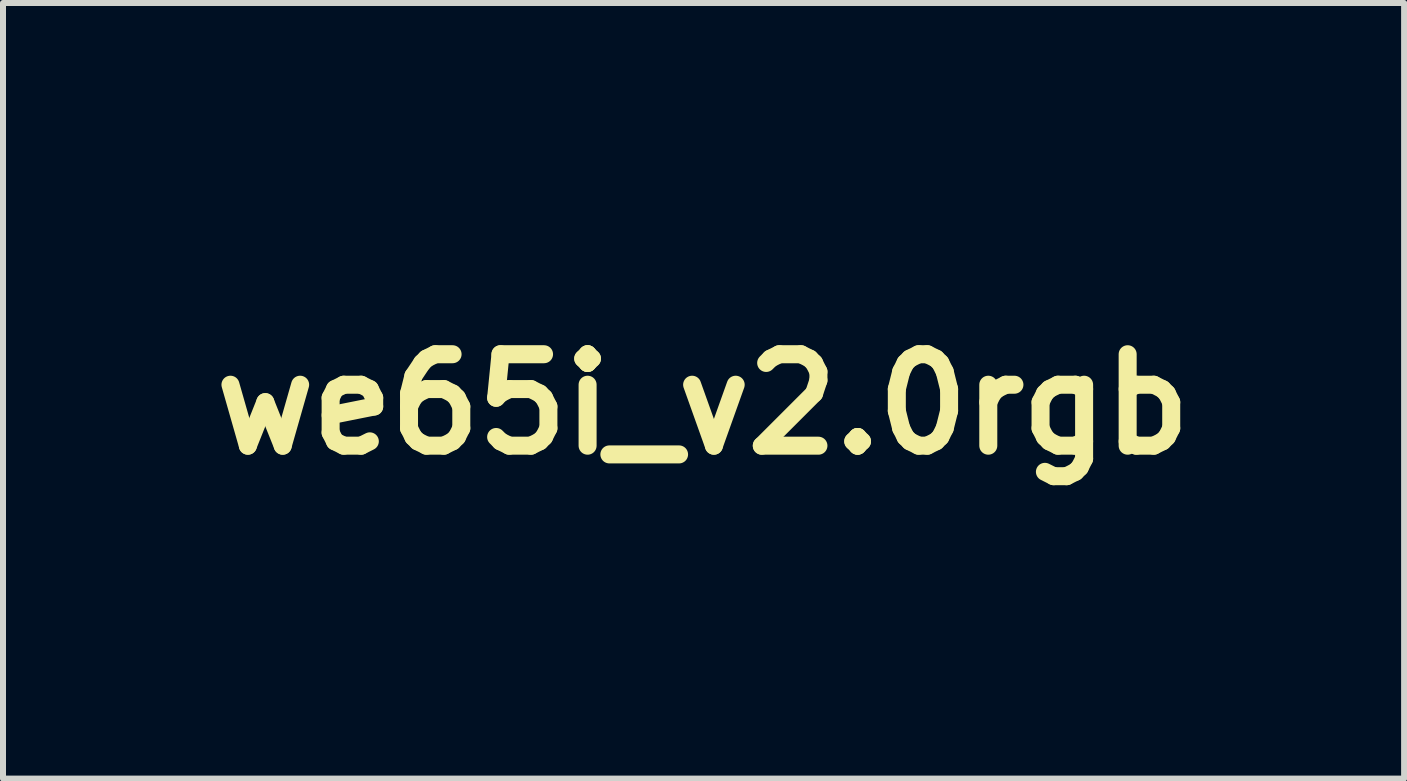
<source format=kicad_pcb>
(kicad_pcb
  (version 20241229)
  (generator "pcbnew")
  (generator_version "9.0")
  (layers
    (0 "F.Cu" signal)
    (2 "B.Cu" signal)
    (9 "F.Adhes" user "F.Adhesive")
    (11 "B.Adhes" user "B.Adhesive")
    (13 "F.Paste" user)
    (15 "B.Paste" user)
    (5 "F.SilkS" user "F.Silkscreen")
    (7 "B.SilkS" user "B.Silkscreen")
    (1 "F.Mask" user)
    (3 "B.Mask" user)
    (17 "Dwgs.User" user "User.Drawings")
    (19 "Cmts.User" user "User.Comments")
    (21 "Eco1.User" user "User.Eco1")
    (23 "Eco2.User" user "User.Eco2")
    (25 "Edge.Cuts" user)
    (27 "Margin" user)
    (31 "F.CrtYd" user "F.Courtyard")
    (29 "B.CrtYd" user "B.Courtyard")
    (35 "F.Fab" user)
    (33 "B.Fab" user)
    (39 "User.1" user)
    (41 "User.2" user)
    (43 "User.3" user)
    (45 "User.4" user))
  (footprint "we65i_v2.0rgb"
    (layer "F.Cu")
    (at 8.664 3.687)
    (property "Reference" "we65i_v2.0rgb" (at 0 0 0) (layer "F.SilkS") (effects (font (size 1.524 1.524) (thickness 0.3))))
    (attr through_hole)
    (fp_poly (pts (xy 8.451 -0.492) (xy 7.679 -0.492) (xy 7.679 -2.622) (xy 8.451 -2.622) (xy 8.451 -0.492)) (stroke (width 0.01) (type solid)) (fill yes) (layer "F.Mask"))
    (fp_poly (pts (xy 5.338 1.966) (xy 5.525 1.966) (xy 5.525 2.247) (xy 4.822 2.247) (xy 4.822 1.966) (xy 5.035 1.966) (xy 5.028 1.691) (xy 5.021 1.416) (xy 4.846 1.402) (xy 4.846 1.147) (xy 5.338 1.147) (xy 5.338 1.966)) (stroke (width 0.01) (type solid)) (fill yes) (layer "F.Mask"))
    (fp_poly (pts (xy -4.612 1.662) (xy -4.822 1.662) (xy -4.822 2.247) (xy -5.127 2.247) (xy -5.127 1.565) (xy -5.058 1.496) (xy -5.021 1.462) (xy -4.984 1.442) (xy -4.935 1.432) (xy -4.86 1.428) (xy -4.801 1.428) (xy -4.612 1.428) (xy -4.612 1.662)) (stroke (width 0.01) (type solid)) (fill yes) (layer "F.Mask"))
    (fp_poly (pts (xy -6.382 1.962) (xy -6.327 2.011) (xy -6.301 2.077) (xy -6.306 2.149) (xy -6.349 2.214) (xy -6.359 2.222) (xy -6.433 2.264) (xy -6.5 2.261) (xy -6.568 2.213) (xy -6.568 2.213) (xy -6.615 2.146) (xy -6.618 2.079) (xy -6.577 2.005) (xy -6.577 2.005) (xy -6.512 1.953) (xy -6.459 1.943) (xy -6.382 1.962)) (stroke (width 0.01) (type solid)) (fill yes) (layer "F.Mask"))
    (fp_poly (pts (xy 8.201 -3.661) (xy 8.314 -3.601) (xy 8.401 -3.509) (xy 8.457 -3.391) (xy 8.474 -3.266) (xy 8.453 -3.132) (xy 8.395 -3.018) (xy 8.306 -2.928) (xy 8.195 -2.868) (xy 8.069 -2.845) (xy 7.962 -2.856) (xy 7.849 -2.905) (xy 7.75 -2.988) (xy 7.676 -3.095) (xy 7.642 -3.194) (xy 7.642 -3.313) (xy 7.68 -3.433) (xy 7.749 -3.542) (xy 7.842 -3.626) (xy 7.874 -3.644) (xy 7.941 -3.667) (xy 8.028 -3.68) (xy 8.07 -3.682) (xy 8.201 -3.661)) (stroke (width 0.01) (type solid)) (fill yes) (layer "F.Mask"))
    (fp_poly (pts (xy 1.56 -1.663) (xy 1.594 -1.654) (xy 1.743 -1.589) (xy 1.863 -1.493) (xy 1.953 -1.372) (xy 2.011 -1.234) (xy 2.037 -1.087) (xy 2.028 -0.936) (xy 1.982 -0.789) (xy 1.9 -0.654) (xy 1.827 -0.577) (xy 1.723 -0.496) (xy 1.62 -0.447) (xy 1.502 -0.425) (xy 1.41 -0.421) (xy 1.299 -0.427) (xy 1.209 -0.447) (xy 1.129 -0.482) (xy 0.987 -0.577) (xy 0.881 -0.7) (xy 0.813 -0.848) (xy 0.787 -1.016) (xy 0.787 -1.03) (xy 0.797 -1.183) (xy 0.834 -1.308) (xy 0.902 -1.42) (xy 0.944 -1.469) (xy 1.079 -1.584) (xy 1.228 -1.656) (xy 1.389 -1.682) (xy 1.56 -1.663)) (stroke (width 0.01) (type solid)) (fill yes) (layer "F.Mask"))
    (fp_poly (pts (xy 8.343 1.432) (xy 8.45 1.488) (xy 8.531 1.574) (xy 8.54 1.589) (xy 8.563 1.634) (xy 8.577 1.682) (xy 8.586 1.744) (xy 8.59 1.83) (xy 8.592 1.952) (xy 8.592 1.964) (xy 8.592 2.247) (xy 8.287 2.247) (xy 8.287 1.995) (xy 8.285 1.868) (xy 8.278 1.781) (xy 8.263 1.727) (xy 8.236 1.698) (xy 8.196 1.687) (xy 8.17 1.686) (xy 8.122 1.69) (xy 8.089 1.71) (xy 8.069 1.75) (xy 8.058 1.82) (xy 8.053 1.925) (xy 8.053 1.995) (xy 8.053 2.247) (xy 7.745 2.247) (xy 7.753 1.945) (xy 7.759 1.798) (xy 7.77 1.69) (xy 7.79 1.611) (xy 7.824 1.553) (xy 7.874 1.507) (xy 7.944 1.466) (xy 7.96 1.457) (xy 8.087 1.414) (xy 8.218 1.406) (xy 8.343 1.432)) (stroke (width 0.01) (type solid)) (fill yes) (layer "F.Mask"))
    (fp_poly (pts (xy -7.093 1.152) (xy -6.982 1.169) (xy -6.9 1.202) (xy -6.84 1.254) (xy -6.794 1.328) (xy -6.787 1.344) (xy -6.75 1.464) (xy -6.755 1.573) (xy -6.803 1.677) (xy -6.896 1.776) (xy -6.994 1.849) (xy -7.152 1.955) (xy -6.947 1.962) (xy -6.742 1.968) (xy -6.742 2.247) (xy -7.041 2.246) (xy -7.158 2.244) (xy -7.263 2.239) (xy -7.342 2.233) (xy -7.387 2.225) (xy -7.389 2.224) (xy -7.459 2.174) (xy -7.513 2.097) (xy -7.538 2.011) (xy -7.538 2) (xy -7.53 1.943) (xy -7.502 1.887) (xy -7.449 1.828) (xy -7.366 1.757) (xy -7.257 1.678) (xy -7.151 1.595) (xy -7.09 1.528) (xy -7.072 1.476) (xy -7.099 1.438) (xy -7.17 1.415) (xy -7.286 1.405) (xy -7.32 1.405) (xy -7.491 1.405) (xy -7.491 1.147) (xy -7.242 1.147) (xy -7.093 1.152)) (stroke (width 0.01) (type solid)) (fill yes) (layer "F.Mask"))
    (fp_poly (pts (xy 2.388 1.152) (xy 2.499 1.169) (xy 2.581 1.202) (xy 2.641 1.254) (xy 2.687 1.328) (xy 2.694 1.344) (xy 2.731 1.464) (xy 2.726 1.573) (xy 2.678 1.677) (xy 2.585 1.776) (xy 2.487 1.849) (xy 2.329 1.955) (xy 2.534 1.962) (xy 2.739 1.968) (xy 2.739 2.247) (xy 2.441 2.246) (xy 2.323 2.244) (xy 2.219 2.239) (xy 2.139 2.233) (xy 2.094 2.225) (xy 2.093 2.224) (xy 2.022 2.174) (xy 1.968 2.097) (xy 1.943 2.011) (xy 1.943 2) (xy 1.951 1.943) (xy 1.979 1.887) (xy 2.032 1.828) (xy 2.115 1.757) (xy 2.224 1.678) (xy 2.33 1.595) (xy 2.392 1.528) (xy 2.409 1.476) (xy 2.382 1.438) (xy 2.311 1.415) (xy 2.195 1.405) (xy 2.161 1.405) (xy 1.99 1.405) (xy 1.99 1.147) (xy 2.239 1.147) (xy 2.388 1.152)) (stroke (width 0.01) (type solid)) (fill yes) (layer "F.Mask"))
    (fp_poly (pts (xy 4.378 1.152) (xy 4.489 1.169) (xy 4.571 1.202) (xy 4.63 1.254) (xy 4.677 1.328) (xy 4.684 1.344) (xy 4.721 1.464) (xy 4.716 1.573) (xy 4.668 1.677) (xy 4.575 1.776) (xy 4.477 1.849) (xy 4.319 1.955) (xy 4.524 1.962) (xy 4.729 1.968) (xy 4.729 2.247) (xy 4.43 2.246) (xy 4.313 2.244) (xy 4.208 2.239) (xy 4.129 2.233) (xy 4.084 2.225) (xy 4.082 2.224) (xy 4.012 2.174) (xy 3.958 2.097) (xy 3.933 2.011) (xy 3.933 2) (xy 3.941 1.943) (xy 3.969 1.887) (xy 4.022 1.828) (xy 4.105 1.757) (xy 4.214 1.678) (xy 4.32 1.595) (xy 4.381 1.528) (xy 4.399 1.476) (xy 4.372 1.438) (xy 4.301 1.415) (xy 4.185 1.405) (xy 4.151 1.405) (xy 3.98 1.405) (xy 3.98 1.147) (xy 4.229 1.147) (xy 4.378 1.152)) (stroke (width 0.01) (type solid)) (fill yes) (layer "F.Mask"))
    (fp_poly (pts (xy 6.574 1.773) (xy 6.571 1.962) (xy 6.569 2.111) (xy 6.565 2.224) (xy 6.561 2.307) (xy 6.555 2.367) (xy 6.547 2.409) (xy 6.537 2.439) (xy 6.523 2.463) (xy 6.521 2.467) (xy 6.444 2.542) (xy 6.344 2.585) (xy 6.233 2.595) (xy 6.125 2.569) (xy 6.094 2.553) (xy 6.027 2.501) (xy 5.988 2.438) (xy 5.971 2.352) (xy 5.97 2.291) (xy 5.975 2.254) (xy 6.19 2.254) (xy 6.204 2.298) (xy 6.238 2.314) (xy 6.247 2.313) (xy 6.271 2.295) (xy 6.286 2.249) (xy 6.293 2.179) (xy 6.296 2.107) (xy 6.292 2.075) (xy 6.278 2.072) (xy 6.261 2.084) (xy 6.219 2.135) (xy 6.196 2.196) (xy 6.19 2.254) (xy 5.975 2.254) (xy 5.992 2.139) (xy 6.059 2) (xy 6.171 1.876) (xy 6.274 1.785) (xy 6.274 1.405) (xy 6.063 1.405) (xy 6.063 1.147) (xy 6.581 1.147) (xy 6.574 1.773)) (stroke (width 0.01) (type solid)) (fill yes) (layer "F.Mask"))
    (fp_poly (pts (xy -3.184 1.476) (xy -3.115 1.44) (xy -3.008 1.41) (xy -2.893 1.417) (xy -2.782 1.458) (xy -2.687 1.529) (xy -2.641 1.588) (xy -2.594 1.703) (xy -2.584 1.831) (xy -2.607 1.958) (xy -2.66 2.074) (xy -2.742 2.167) (xy -2.789 2.2) (xy -2.884 2.237) (xy -2.998 2.258) (xy -3.11 2.262) (xy -3.189 2.249) (xy -3.305 2.19) (xy -3.399 2.1) (xy -3.444 2.027) (xy -3.459 1.986) (xy -3.471 1.938) (xy -3.479 1.876) (xy -3.481 1.839) (xy -3.179 1.839) (xy -3.16 1.915) (xy -3.106 1.974) (xy -3.092 1.982) (xy -3.017 1.997) (xy -2.951 1.968) (xy -2.907 1.91) (xy -2.889 1.834) (xy -2.905 1.769) (xy -2.947 1.718) (xy -3.005 1.69) (xy -3.068 1.688) (xy -3.127 1.719) (xy -3.159 1.76) (xy -3.179 1.839) (xy -3.481 1.839) (xy -3.484 1.791) (xy -3.487 1.676) (xy -3.488 1.523) (xy -3.488 1.504) (xy -3.488 1.077) (xy -3.184 1.077) (xy -3.184 1.476)) (stroke (width 0.01) (type solid)) (fill yes) (layer "F.Mask"))
    (fp_poly (pts (xy 7.252 1.416) (xy 7.377 1.457) (xy 7.484 1.528) (xy 7.562 1.624) (xy 7.583 1.669) (xy 7.594 1.72) (xy 7.602 1.804) (xy 7.607 1.909) (xy 7.608 1.991) (xy 7.608 2.247) (xy 7.468 2.247) (xy 7.39 2.246) (xy 7.348 2.24) (xy 7.331 2.223) (xy 7.327 2.19) (xy 7.327 2.184) (xy 7.327 2.122) (xy 7.259 2.187) (xy 7.166 2.246) (xy 7.058 2.266) (xy 6.947 2.247) (xy 6.906 2.229) (xy 6.807 2.151) (xy 6.741 2.049) (xy 6.707 1.933) (xy 6.705 1.832) (xy 7.009 1.832) (xy 7.022 1.905) (xy 7.067 1.968) (xy 7.131 1.997) (xy 7.201 1.989) (xy 7.262 1.945) (xy 7.27 1.935) (xy 7.299 1.861) (xy 7.294 1.787) (xy 7.259 1.726) (xy 7.198 1.69) (xy 7.164 1.686) (xy 7.085 1.705) (xy 7.031 1.757) (xy 7.009 1.832) (xy 6.705 1.832) (xy 6.704 1.81) (xy 6.732 1.69) (xy 6.79 1.581) (xy 6.877 1.492) (xy 6.981 1.436) (xy 7.116 1.408) (xy 7.252 1.416)) (stroke (width 0.01) (type solid)) (fill yes) (layer "F.Mask"))
    (fp_poly (pts (xy -7.714 1.429) (xy -7.656 1.431) (xy -7.632 1.434) (xy -7.632 1.435) (xy -7.639 1.462) (xy -7.659 1.525) (xy -7.688 1.613) (xy -7.724 1.717) (xy -7.762 1.829) (xy -7.8 1.938) (xy -7.835 2.036) (xy -7.863 2.114) (xy -7.882 2.162) (xy -7.886 2.17) (xy -7.931 2.215) (xy -8.003 2.251) (xy -8.085 2.269) (xy -8.109 2.27) (xy -8.166 2.258) (xy -8.22 2.235) (xy -8.271 2.197) (xy -8.299 2.16) (xy -8.311 2.126) (xy -8.335 2.058) (xy -8.366 1.968) (xy -8.402 1.862) (xy -8.44 1.752) (xy -8.476 1.646) (xy -8.507 1.552) (xy -8.53 1.481) (xy -8.543 1.44) (xy -8.545 1.435) (xy -8.523 1.431) (xy -8.467 1.429) (xy -8.388 1.428) (xy -8.382 1.428) (xy -8.294 1.43) (xy -8.242 1.437) (xy -8.216 1.453) (xy -8.209 1.469) (xy -8.199 1.509) (xy -8.182 1.582) (xy -8.16 1.677) (xy -8.146 1.74) (xy -8.124 1.835) (xy -8.104 1.908) (xy -8.09 1.951) (xy -8.084 1.958) (xy -8.074 1.932) (xy -8.058 1.871) (xy -8.038 1.785) (xy -8.028 1.74) (xy -8.007 1.641) (xy -7.988 1.554) (xy -7.974 1.494) (xy -7.971 1.481) (xy -7.961 1.453) (xy -7.938 1.437) (xy -7.893 1.43) (xy -7.813 1.428) (xy -7.795 1.428) (xy -7.714 1.429)) (stroke (width 0.01) (type solid)) (fill yes) (layer "F.Mask"))
    (fp_poly (pts (xy -4.018 1.413) (xy -3.895 1.445) (xy -3.788 1.506) (xy -3.705 1.596) (xy -3.685 1.631) (xy -3.666 1.694) (xy -3.65 1.791) (xy -3.639 1.909) (xy -3.632 2.038) (xy -3.629 2.167) (xy -3.633 2.283) (xy -3.642 2.376) (xy -3.657 2.434) (xy -3.657 2.435) (xy -3.698 2.49) (xy -3.758 2.53) (xy -3.843 2.556) (xy -3.961 2.571) (xy -4.118 2.575) (xy -4.126 2.575) (xy -4.401 2.575) (xy -4.401 2.318) (xy -4.195 2.318) (xy -4.08 2.315) (xy -4.005 2.305) (xy -3.96 2.283) (xy -3.939 2.245) (xy -3.933 2.186) (xy -3.933 2.181) (xy -3.935 2.128) (xy -3.945 2.115) (xy -3.972 2.135) (xy -3.976 2.139) (xy -4.067 2.192) (xy -4.176 2.209) (xy -4.289 2.192) (xy -4.395 2.14) (xy -4.408 2.13) (xy -4.479 2.047) (xy -4.52 1.938) (xy -4.531 1.831) (xy -4.222 1.831) (xy -4.201 1.905) (xy -4.147 1.953) (xy -4.085 1.966) (xy -4.025 1.953) (xy -3.992 1.935) (xy -3.957 1.882) (xy -3.949 1.826) (xy -3.967 1.748) (xy -4.021 1.7) (xy -4.098 1.686) (xy -4.169 1.704) (xy -4.21 1.759) (xy -4.222 1.831) (xy -4.531 1.831) (xy -4.532 1.816) (xy -4.513 1.694) (xy -4.464 1.588) (xy -4.379 1.498) (xy -4.269 1.439) (xy -4.146 1.411) (xy -4.018 1.413)) (stroke (width 0.01) (type solid)) (fill yes) (layer "F.Mask"))
    (fp_poly (pts (xy 7.21 -2.786) (xy 6.04 -2.786) (xy 6.04 -2.458) (xy 6.281 -2.458) (xy 6.516 -2.445) (xy 6.718 -2.404) (xy 6.892 -2.334) (xy 7.042 -2.233) (xy 7.131 -2.149) (xy 7.2 -2.063) (xy 7.266 -1.964) (xy 7.3 -1.901) (xy 7.328 -1.838) (xy 7.346 -1.78) (xy 7.356 -1.715) (xy 7.361 -1.631) (xy 7.362 -1.514) (xy 7.362 -1.498) (xy 7.362 -1.379) (xy 7.358 -1.293) (xy 7.348 -1.228) (xy 7.331 -1.17) (xy 7.303 -1.105) (xy 7.288 -1.071) (xy 7.19 -0.91) (xy 7.061 -0.763) (xy 6.913 -0.645) (xy 6.882 -0.626) (xy 6.818 -0.59) (xy 6.754 -0.562) (xy 6.686 -0.539) (xy 6.606 -0.522) (xy 6.51 -0.509) (xy 6.391 -0.501) (xy 6.245 -0.495) (xy 6.064 -0.493) (xy 5.844 -0.492) (xy 5.777 -0.492) (xy 5.057 -0.492) (xy 5.057 -1.264) (xy 5.666 -1.264) (xy 5.874 -1.265) (xy 6.04 -1.267) (xy 6.169 -1.272) (xy 6.267 -1.281) (xy 6.34 -1.294) (xy 6.391 -1.313) (xy 6.427 -1.338) (xy 6.453 -1.372) (xy 6.473 -1.413) (xy 6.474 -1.415) (xy 6.495 -1.478) (xy 6.493 -1.53) (xy 6.475 -1.579) (xy 6.454 -1.623) (xy 6.428 -1.658) (xy 6.392 -1.685) (xy 6.341 -1.705) (xy 6.269 -1.718) (xy 6.17 -1.726) (xy 6.039 -1.73) (xy 5.87 -1.732) (xy 5.737 -1.732) (xy 5.174 -1.732) (xy 5.174 -3.558) (xy 7.21 -3.558) (xy 7.21 -2.786)) (stroke (width 0.01) (type solid)) (fill yes) (layer "F.Mask"))
    (fp_poly (pts (xy -5.571 1.139) (xy -5.447 1.188) (xy -5.351 1.27) (xy -5.334 1.293) (xy -5.312 1.327) (xy -5.296 1.363) (xy -5.287 1.41) (xy -5.282 1.477) (xy -5.279 1.574) (xy -5.279 1.687) (xy -5.279 1.816) (xy -5.281 1.906) (xy -5.287 1.969) (xy -5.297 2.013) (xy -5.313 2.047) (xy -5.337 2.081) (xy -5.342 2.088) (xy -5.405 2.152) (xy -5.479 2.205) (xy -5.494 2.213) (xy -5.594 2.246) (xy -5.71 2.262) (xy -5.822 2.26) (xy -5.883 2.248) (xy -5.984 2.198) (xy -6.075 2.121) (xy -6.14 2.033) (xy -6.142 2.029) (xy -6.165 1.95) (xy -6.179 1.84) (xy -6.184 1.712) (xy -6.183 1.689) (xy -5.876 1.689) (xy -5.874 1.785) (xy -5.868 1.848) (xy -5.853 1.89) (xy -5.827 1.924) (xy -5.818 1.932) (xy -5.769 1.972) (xy -5.726 1.99) (xy -5.724 1.99) (xy -5.683 1.974) (xy -5.633 1.936) (xy -5.629 1.932) (xy -5.6 1.898) (xy -5.582 1.859) (xy -5.574 1.803) (xy -5.572 1.716) (xy -5.572 1.689) (xy -5.578 1.561) (xy -5.6 1.474) (xy -5.64 1.422) (xy -5.7 1.4) (xy -5.724 1.399) (xy -5.791 1.412) (xy -5.837 1.453) (xy -5.864 1.529) (xy -5.875 1.643) (xy -5.876 1.689) (xy -6.183 1.689) (xy -6.18 1.582) (xy -6.167 1.462) (xy -6.147 1.367) (xy -6.133 1.334) (xy -6.056 1.232) (xy -5.947 1.163) (xy -5.807 1.128) (xy -5.727 1.124) (xy -5.571 1.139)) (stroke (width 0.01) (type solid)) (fill yes) (layer "F.Mask"))
    (fp_poly (pts (xy 3.489 1.139) (xy 3.613 1.188) (xy 3.708 1.27) (xy 3.726 1.293) (xy 3.748 1.327) (xy 3.763 1.363) (xy 3.773 1.41) (xy 3.778 1.477) (xy 3.78 1.574) (xy 3.781 1.687) (xy 3.78 1.816) (xy 3.778 1.906) (xy 3.773 1.969) (xy 3.763 2.013) (xy 3.747 2.047) (xy 3.723 2.081) (xy 3.718 2.088) (xy 3.655 2.152) (xy 3.58 2.205) (xy 3.566 2.213) (xy 3.466 2.246) (xy 3.35 2.262) (xy 3.238 2.26) (xy 3.176 2.248) (xy 3.076 2.198) (xy 2.984 2.121) (xy 2.92 2.033) (xy 2.918 2.029) (xy 2.895 1.95) (xy 2.881 1.84) (xy 2.876 1.712) (xy 2.877 1.689) (xy 3.184 1.689) (xy 3.185 1.785) (xy 3.192 1.848) (xy 3.207 1.89) (xy 3.233 1.924) (xy 3.241 1.932) (xy 3.291 1.972) (xy 3.333 1.99) (xy 3.336 1.99) (xy 3.377 1.974) (xy 3.427 1.936) (xy 3.431 1.932) (xy 3.46 1.898) (xy 3.477 1.859) (xy 3.486 1.803) (xy 3.488 1.716) (xy 3.488 1.689) (xy 3.481 1.561) (xy 3.459 1.474) (xy 3.42 1.422) (xy 3.36 1.4) (xy 3.336 1.399) (xy 3.269 1.412) (xy 3.223 1.453) (xy 3.196 1.529) (xy 3.184 1.643) (xy 3.184 1.689) (xy 2.877 1.689) (xy 2.88 1.582) (xy 2.892 1.462) (xy 2.913 1.367) (xy 2.926 1.334) (xy 3.003 1.232) (xy 3.113 1.163) (xy 3.252 1.128) (xy 3.333 1.124) (xy 3.489 1.139)) (stroke (width 0.01) (type solid)) (fill yes) (layer "F.Mask"))
    (fp_poly (pts (xy 4.038 -3.558) (xy 4.17 -3.556) (xy 4.279 -3.554) (xy 4.356 -3.551) (xy 4.397 -3.548) (xy 4.401 -3.546) (xy 4.389 -3.524) (xy 4.354 -3.469) (xy 4.3 -3.386) (xy 4.231 -3.28) (xy 4.15 -3.158) (xy 4.097 -3.078) (xy 4.011 -2.948) (xy 3.934 -2.831) (xy 3.87 -2.731) (xy 3.823 -2.656) (xy 3.797 -2.61) (xy 3.792 -2.599) (xy 3.813 -2.583) (xy 3.863 -2.575) (xy 3.872 -2.575) (xy 3.975 -2.562) (xy 4.098 -2.528) (xy 4.226 -2.479) (xy 4.34 -2.42) (xy 4.369 -2.401) (xy 4.527 -2.268) (xy 4.651 -2.106) (xy 4.741 -1.922) (xy 4.794 -1.723) (xy 4.81 -1.514) (xy 4.787 -1.303) (xy 4.722 -1.096) (xy 4.705 -1.059) (xy 4.604 -0.893) (xy 4.465 -0.746) (xy 4.297 -0.622) (xy 4.108 -0.529) (xy 3.939 -0.479) (xy 3.785 -0.457) (xy 3.608 -0.448) (xy 3.427 -0.453) (xy 3.263 -0.471) (xy 3.213 -0.48) (xy 3.006 -0.548) (xy 2.815 -0.655) (xy 2.649 -0.795) (xy 2.515 -0.962) (xy 2.457 -1.063) (xy 2.419 -1.146) (xy 2.394 -1.217) (xy 2.38 -1.292) (xy 2.371 -1.388) (xy 2.368 -1.457) (xy 2.367 -1.559) (xy 3.236 -1.559) (xy 3.238 -1.525) (xy 3.271 -1.408) (xy 3.339 -1.315) (xy 3.432 -1.251) (xy 3.543 -1.22) (xy 3.663 -1.228) (xy 3.729 -1.249) (xy 3.833 -1.315) (xy 3.899 -1.406) (xy 3.926 -1.515) (xy 3.917 -1.641) (xy 3.871 -1.747) (xy 3.796 -1.827) (xy 3.698 -1.876) (xy 3.585 -1.89) (xy 3.463 -1.865) (xy 3.418 -1.845) (xy 3.316 -1.771) (xy 3.255 -1.675) (xy 3.236 -1.559) (xy 2.367 -1.559) (xy 2.366 -1.591) (xy 2.374 -1.717) (xy 2.392 -1.839) (xy 2.425 -1.962) (xy 2.472 -2.092) (xy 2.538 -2.233) (xy 2.624 -2.391) (xy 2.731 -2.572) (xy 2.863 -2.78) (xy 3.001 -2.991) (xy 3.377 -3.558) (xy 3.889 -3.558) (xy 4.038 -3.558)) (stroke (width 0.01) (type solid)) (fill yes) (layer "F.Mask"))
    (fp_poly (pts (xy -0.754 -3.492) (xy -0.509 -3.434) (xy -0.287 -3.335) (xy -0.086 -3.196) (xy 0.014 -3.104) (xy 0.153 -2.945) (xy 0.258 -2.779) (xy 0.331 -2.597) (xy 0.376 -2.393) (xy 0.393 -2.16) (xy 0.391 -1.986) (xy 0.386 -1.872) (xy 0.379 -1.774) (xy 0.372 -1.702) (xy 0.365 -1.666) (xy 0.364 -1.664) (xy 0.342 -1.657) (xy 0.282 -1.651) (xy 0.184 -1.646) (xy 0.045 -1.643) (xy -0.135 -1.64) (xy -0.36 -1.639) (xy -0.552 -1.639) (xy -0.789 -1.639) (xy -0.983 -1.638) (xy -1.137 -1.637) (xy -1.256 -1.634) (xy -1.343 -1.629) (xy -1.402 -1.62) (xy -1.436 -1.609) (xy -1.449 -1.593) (xy -1.446 -1.572) (xy -1.429 -1.546) (xy -1.402 -1.513) (xy -1.388 -1.497) (xy -1.351 -1.455) (xy -1.313 -1.422) (xy -1.269 -1.396) (xy -1.213 -1.377) (xy -1.139 -1.363) (xy -1.042 -1.353) (xy -0.916 -1.347) (xy -0.755 -1.342) (xy -0.553 -1.339) (xy -0.533 -1.339) (xy 0.094 -1.33) (xy 0.094 -0.492) (xy -0.509 -0.494) (xy -0.681 -0.496) (xy -0.844 -0.499) (xy -0.991 -0.503) (xy -1.114 -0.507) (xy -1.204 -0.513) (xy -1.245 -0.517) (xy -1.512 -0.576) (xy -1.757 -0.669) (xy -1.978 -0.794) (xy -2.17 -0.948) (xy -2.33 -1.127) (xy -2.453 -1.328) (xy -2.537 -1.549) (xy -2.54 -1.562) (xy -2.559 -1.669) (xy -2.57 -1.808) (xy -2.575 -1.964) (xy -2.571 -2.123) (xy -2.564 -2.223) (xy -1.498 -2.223) (xy -1.059 -2.229) (xy -0.62 -2.236) (xy -0.627 -2.318) (xy -0.654 -2.413) (xy -0.712 -2.509) (xy -0.789 -2.586) (xy -0.817 -2.605) (xy -0.941 -2.652) (xy -1.078 -2.661) (xy -1.217 -2.633) (xy -1.343 -2.568) (xy -1.402 -2.508) (xy -1.455 -2.421) (xy -1.49 -2.33) (xy -1.498 -2.276) (xy -1.498 -2.223) (xy -2.564 -2.223) (xy -2.561 -2.271) (xy -2.543 -2.393) (xy -2.539 -2.41) (xy -2.479 -2.604) (xy -2.391 -2.778) (xy -2.269 -2.945) (xy -2.166 -3.058) (xy -2.065 -3.155) (xy -1.978 -3.227) (xy -1.891 -3.285) (xy -1.786 -3.339) (xy -1.779 -3.343) (xy -1.543 -3.436) (xy -1.307 -3.491) (xy -1.054 -3.511) (xy -1.023 -3.512) (xy -0.754 -3.492)) (stroke (width 0.01) (type solid)) (fill yes) (layer "F.Mask"))
    (fp_poly (pts (xy 0.743 -0.105) (xy 1.444 -0.105) (xy 2.101 -0.105) (xy 2.716 -0.105) (xy 3.29 -0.105) (xy 3.824 -0.105) (xy 4.32 -0.105) (xy 4.779 -0.104) (xy 5.203 -0.104) (xy 5.593 -0.104) (xy 5.951 -0.103) (xy 6.277 -0.103) (xy 6.574 -0.102) (xy 6.842 -0.101) (xy 7.084 -0.1) (xy 7.301 -0.099) (xy 7.494 -0.098) (xy 7.664 -0.097) (xy 7.813 -0.095) (xy 7.943 -0.094) (xy 8.055 -0.092) (xy 8.15 -0.09) (xy 8.229 -0.088) (xy 8.295 -0.086) (xy 8.349 -0.083) (xy 8.391 -0.081) (xy 8.424 -0.078) (xy 8.449 -0.075) (xy 8.468 -0.072) (xy 8.481 -0.068) (xy 8.49 -0.065) (xy 8.493 -0.063) (xy 8.579 0.007) (xy 8.635 0.102) (xy 8.66 0.21) (xy 8.656 0.321) (xy 8.621 0.425) (xy 8.555 0.51) (xy 8.497 0.551) (xy 8.487 0.554) (xy 8.468 0.557) (xy 8.439 0.559) (xy 8.399 0.562) (xy 8.345 0.564) (xy 8.278 0.567) (xy 8.194 0.569) (xy 8.094 0.571) (xy 7.975 0.572) (xy 7.837 0.574) (xy 7.677 0.575) (xy 7.495 0.577) (xy 7.288 0.578) (xy 7.057 0.579) (xy 6.798 0.58) (xy 6.512 0.581) (xy 6.196 0.582) (xy 5.849 0.582) (xy 5.469 0.583) (xy 5.056 0.584) (xy 4.608 0.584) (xy 4.124 0.584) (xy 3.601 0.585) (xy 3.04 0.585) (xy 2.438 0.585) (xy 1.793 0.585) (xy 1.106 0.585) (xy 0.373 0.585) (xy 0.007 0.585) (xy -0.739 0.585) (xy -1.44 0.585) (xy -2.098 0.585) (xy -2.712 0.585) (xy -3.286 0.585) (xy -3.82 0.585) (xy -4.315 0.585) (xy -4.774 0.584) (xy -5.198 0.584) (xy -5.587 0.583) (xy -5.945 0.583) (xy -6.271 0.582) (xy -6.567 0.582) (xy -6.836 0.581) (xy -7.077 0.58) (xy -7.294 0.579) (xy -7.486 0.578) (xy -7.657 0.577) (xy -7.806 0.575) (xy -7.935 0.574) (xy -8.047 0.572) (xy -8.142 0.57) (xy -8.221 0.568) (xy -8.287 0.566) (xy -8.34 0.563) (xy -8.383 0.561) (xy -8.416 0.558) (xy -8.441 0.555) (xy -8.459 0.552) (xy -8.472 0.548) (xy -8.481 0.545) (xy -8.487 0.542) (xy -8.579 0.463) (xy -8.633 0.36) (xy -8.649 0.242) (xy -8.636 0.131) (xy -8.59 0.04) (xy -8.506 -0.044) (xy -8.489 -0.057) (xy -8.424 -0.105) (xy -0.004 -0.105) (xy 0.743 -0.105)) (stroke (width 0.01) (type solid)) (fill yes) (layer "F.Mask"))
    (fp_poly (pts (xy 0.765 2.762) (xy 1.472 2.762) (xy 2.136 2.762) (xy 2.757 2.762) (xy 3.337 2.763) (xy 3.878 2.763) (xy 4.38 2.763) (xy 4.845 2.763) (xy 5.274 2.763) (xy 5.67 2.764) (xy 6.033 2.764) (xy 6.365 2.765) (xy 6.667 2.765) (xy 6.94 2.766) (xy 7.187 2.767) (xy 7.408 2.768) (xy 7.605 2.769) (xy 7.779 2.77) (xy 7.933 2.771) (xy 8.066 2.773) (xy 8.181 2.774) (xy 8.278 2.776) (xy 8.361 2.778) (xy 8.429 2.78) (xy 8.484 2.783) (xy 8.528 2.785) (xy 8.562 2.788) (xy 8.588 2.791) (xy 8.606 2.794) (xy 8.619 2.797) (xy 8.628 2.801) (xy 8.634 2.805) (xy 8.638 2.809) (xy 8.639 2.809) (xy 8.665 2.844) (xy 8.677 2.888) (xy 8.675 2.956) (xy 8.672 2.991) (xy 8.661 3.098) (xy 8.65 3.168) (xy 8.635 3.207) (xy 8.612 3.225) (xy 8.578 3.23) (xy 8.557 3.231) (xy 8.486 3.218) (xy 8.452 3.185) (xy 8.434 3.129) (xy 8.428 3.068) (xy 8.428 2.996) (xy -0.093 2.996) (xy -0.843 2.996) (xy -1.548 2.996) (xy -2.209 2.996) (xy -2.828 2.996) (xy -3.405 2.996) (xy -3.943 2.996) (xy -4.443 2.996) (xy -4.905 2.996) (xy -5.332 2.995) (xy -5.725 2.995) (xy -6.086 2.995) (xy -6.415 2.994) (xy -6.714 2.993) (xy -6.985 2.993) (xy -7.229 2.992) (xy -7.448 2.991) (xy -7.643 2.99) (xy -7.815 2.989) (xy -7.965 2.987) (xy -8.096 2.986) (xy -8.208 2.984) (xy -8.304 2.982) (xy -8.384 2.98) (xy -8.449 2.978) (xy -8.502 2.976) (xy -8.544 2.973) (xy -8.576 2.97) (xy -8.599 2.968) (xy -8.615 2.964) (xy -8.626 2.961) (xy -8.632 2.957) (xy -8.636 2.954) (xy -8.638 2.951) (xy -8.659 2.893) (xy -8.646 2.846) (xy -8.615 2.809) (xy -8.611 2.805) (xy -8.605 2.801) (xy -8.596 2.798) (xy -8.584 2.794) (xy -8.565 2.791) (xy -8.54 2.788) (xy -8.506 2.785) (xy -8.463 2.783) (xy -8.408 2.781) (xy -8.34 2.778) (xy -8.258 2.776) (xy -8.161 2.775) (xy -8.047 2.773) (xy -7.915 2.771) (xy -7.762 2.77) (xy -7.589 2.769) (xy -7.393 2.768) (xy -7.172 2.767) (xy -6.927 2.766) (xy -6.654 2.765) (xy -6.353 2.765) (xy -6.023 2.764) (xy -5.661 2.764) (xy -5.266 2.763) (xy -4.838 2.763) (xy -4.374 2.763) (xy -3.874 2.763) (xy -3.335 2.763) (xy -2.756 2.762) (xy -2.137 2.762) (xy -1.475 2.762) (xy -0.769 2.762) (xy -0.017 2.762) (xy 0.012 2.762) (xy 0.765 2.762)) (stroke (width 0.01) (type solid)) (fill yes) (layer "F.Mask"))
    (fp_poly (pts (xy -0.803 1.127) (xy -0.745 1.142) (xy -0.696 1.173) (xy -0.678 1.188) (xy -0.616 1.268) (xy -0.593 1.348) (xy -0.589 1.414) (xy -0.605 1.465) (xy -0.649 1.522) (xy -0.652 1.526) (xy -0.724 1.608) (xy -0.671 1.659) (xy -0.617 1.7) (xy -0.578 1.701) (xy -0.548 1.66) (xy -0.539 1.641) (xy -0.485 1.549) (xy -0.408 1.49) (xy -0.301 1.46) (xy -0.257 1.456) (xy -0.117 1.446) (xy -0.117 1.553) (xy -0.119 1.618) (xy -0.131 1.65) (xy -0.164 1.663) (xy -0.203 1.667) (xy -0.284 1.69) (xy -0.329 1.732) (xy -0.373 1.805) (xy -0.381 1.861) (xy -0.351 1.913) (xy -0.292 1.966) (xy -0.174 2.077) (xy -0.094 2.19) (xy -0.055 2.299) (xy -0.057 2.402) (xy -0.095 2.483) (xy -0.143 2.527) (xy -0.212 2.567) (xy -0.282 2.592) (xy -0.328 2.596) (xy -0.356 2.589) (xy -0.41 2.574) (xy -0.416 2.572) (xy -0.487 2.532) (xy -0.546 2.464) (xy -0.581 2.385) (xy -0.585 2.353) (xy -0.582 2.34) (xy -0.372 2.34) (xy -0.371 2.383) (xy -0.342 2.409) (xy -0.328 2.411) (xy -0.29 2.396) (xy -0.281 2.357) (xy -0.29 2.299) (xy -0.316 2.283) (xy -0.343 2.297) (xy -0.372 2.34) (xy -0.582 2.34) (xy -0.573 2.302) (xy -0.544 2.239) (xy -0.538 2.228) (xy -0.506 2.164) (xy -0.508 2.132) (xy -0.541 2.133) (xy -0.601 2.167) (xy -0.729 2.232) (xy -0.862 2.263) (xy -0.992 2.262) (xy -1.113 2.232) (xy -1.216 2.174) (xy -1.296 2.092) (xy -1.346 1.988) (xy -1.358 1.895) (xy -1.351 1.857) (xy -1.053 1.857) (xy -1.029 1.937) (xy -1.007 1.966) (xy -0.941 2.003) (xy -0.858 2.012) (xy -0.78 1.991) (xy -0.759 1.979) (xy -0.731 1.945) (xy -0.739 1.926) (xy -0.77 1.902) (xy -0.824 1.859) (xy -0.87 1.82) (xy -0.944 1.763) (xy -0.991 1.738) (xy -1.021 1.741) (xy -1.039 1.769) (xy -1.053 1.857) (xy -1.351 1.857) (xy -1.339 1.79) (xy -1.288 1.689) (xy -1.217 1.611) (xy -1.216 1.611) (xy -1.175 1.577) (xy -1.164 1.546) (xy -1.179 1.499) (xy -1.186 1.482) (xy -1.204 1.381) (xy -1.198 1.358) (xy -0.955 1.358) (xy -0.955 1.407) (xy -0.932 1.447) (xy -0.892 1.473) (xy -0.865 1.455) (xy -0.854 1.427) (xy -0.853 1.374) (xy -0.879 1.335) (xy -0.919 1.324) (xy -0.926 1.327) (xy -0.955 1.358) (xy -1.198 1.358) (xy -1.178 1.283) (xy -1.11 1.194) (xy -1.097 1.183) (xy -1.045 1.147) (xy -0.987 1.129) (xy -0.904 1.124) (xy -0.888 1.124) (xy -0.803 1.127)) (stroke (width 0.01) (type solid)) (fill yes) (layer "F.Mask"))
    (fp_poly (pts (xy -5.503 -3.501) (xy -5.354 -3.478) (xy -5.118 -3.406) (xy -4.916 -3.301) (xy -4.746 -3.163) (xy -4.607 -2.989) (xy -4.498 -2.78) (xy -4.488 -2.756) (xy -4.473 -2.715) (xy -4.461 -2.671) (xy -4.452 -2.617) (xy -4.445 -2.548) (xy -4.439 -2.456) (xy -4.434 -2.336) (xy -4.43 -2.181) (xy -4.426 -2.004) (xy -4.413 -1.374) (xy -4.348 -1.326) (xy -4.292 -1.295) (xy -4.241 -1.295) (xy -4.22 -1.301) (xy -4.192 -1.312) (xy -4.168 -1.326) (xy -4.149 -1.347) (xy -4.133 -1.38) (xy -4.121 -1.428) (xy -4.112 -1.495) (xy -4.106 -1.585) (xy -4.102 -1.704) (xy -4.099 -1.854) (xy -4.098 -2.04) (xy -4.097 -2.266) (xy -4.097 -2.441) (xy -4.097 -3.441) (xy -2.996 -3.441) (xy -2.997 -2.476) (xy -2.997 -2.258) (xy -2.999 -2.05) (xy -3.002 -1.859) (xy -3.005 -1.689) (xy -3.009 -1.547) (xy -3.014 -1.438) (xy -3.019 -1.369) (xy -3.021 -1.358) (xy -3.076 -1.146) (xy -3.17 -0.956) (xy -3.301 -0.791) (xy -3.463 -0.653) (xy -3.655 -0.545) (xy -3.873 -0.469) (xy -4.113 -0.429) (xy -4.263 -0.422) (xy -4.471 -0.436) (xy -4.679 -0.477) (xy -4.869 -0.541) (xy -4.935 -0.571) (xy -5.098 -0.676) (xy -5.244 -0.813) (xy -5.366 -0.972) (xy -5.456 -1.143) (xy -5.499 -1.283) (xy -5.507 -1.345) (xy -5.514 -1.446) (xy -5.519 -1.578) (xy -5.523 -1.734) (xy -5.525 -1.907) (xy -5.525 -1.969) (xy -5.525 -2.53) (xy -5.582 -2.588) (xy -5.655 -2.636) (xy -5.729 -2.638) (xy -5.798 -2.595) (xy -5.802 -2.591) (xy -5.818 -2.572) (xy -5.831 -2.549) (xy -5.84 -2.517) (xy -5.846 -2.469) (xy -5.85 -2.399) (xy -5.852 -2.3) (xy -5.853 -2.167) (xy -5.853 -2.012) (xy -5.854 -1.791) (xy -5.859 -1.61) (xy -5.867 -1.463) (xy -5.88 -1.342) (xy -5.898 -1.242) (xy -5.923 -1.155) (xy -5.954 -1.075) (xy -5.963 -1.055) (xy -6.031 -0.944) (xy -6.128 -0.826) (xy -6.243 -0.714) (xy -6.362 -0.62) (xy -6.43 -0.579) (xy -6.61 -0.504) (xy -6.817 -0.452) (xy -7.037 -0.426) (xy -7.256 -0.426) (xy -7.461 -0.455) (xy -7.477 -0.459) (xy -7.686 -0.529) (xy -7.877 -0.633) (xy -8.044 -0.764) (xy -8.18 -0.917) (xy -8.265 -1.06) (xy -8.291 -1.121) (xy -8.313 -1.185) (xy -8.331 -1.258) (xy -8.346 -1.342) (xy -8.358 -1.443) (xy -8.366 -1.566) (xy -8.373 -1.715) (xy -8.377 -1.895) (xy -8.379 -2.109) (xy -8.38 -2.363) (xy -8.381 -2.522) (xy -8.381 -3.441) (xy -7.281 -3.441) (xy -7.281 -1.402) (xy -7.223 -1.345) (xy -7.17 -1.305) (xy -7.119 -1.288) (xy -7.117 -1.288) (xy -7.067 -1.303) (xy -7.013 -1.342) (xy -7.01 -1.345) (xy -6.953 -1.402) (xy -6.953 -1.964) (xy -6.952 -2.146) (xy -6.948 -2.311) (xy -6.943 -2.453) (xy -6.937 -2.565) (xy -6.929 -2.638) (xy -6.926 -2.65) (xy -6.861 -2.848) (xy -6.754 -3.028) (xy -6.61 -3.186) (xy -6.43 -3.319) (xy -6.218 -3.424) (xy -6.164 -3.444) (xy -6.025 -3.48) (xy -5.858 -3.501) (xy -5.678 -3.508) (xy -5.503 -3.501)) (stroke (width 0.01) (type solid)) (fill yes) (layer "F.Mask")))
  (gr_rect
    (start -3 -3)
    (end 20.346 9.923)
    (stroke (width 0.1) (type default))
    (fill no)
    (layer "Edge.Cuts")))
</source>
